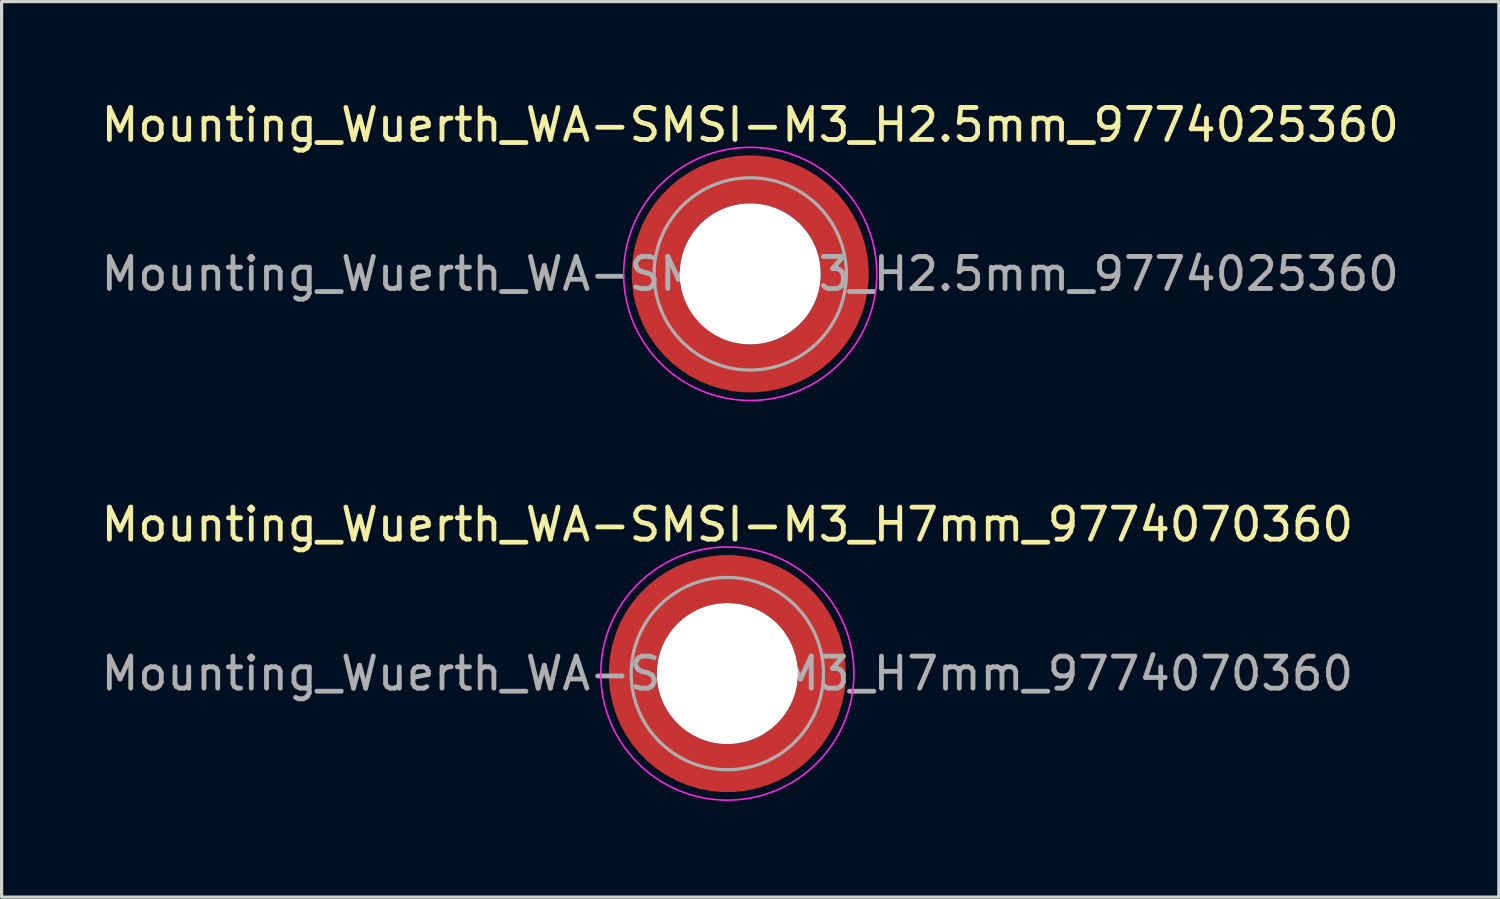
<source format=kicad_pcb>
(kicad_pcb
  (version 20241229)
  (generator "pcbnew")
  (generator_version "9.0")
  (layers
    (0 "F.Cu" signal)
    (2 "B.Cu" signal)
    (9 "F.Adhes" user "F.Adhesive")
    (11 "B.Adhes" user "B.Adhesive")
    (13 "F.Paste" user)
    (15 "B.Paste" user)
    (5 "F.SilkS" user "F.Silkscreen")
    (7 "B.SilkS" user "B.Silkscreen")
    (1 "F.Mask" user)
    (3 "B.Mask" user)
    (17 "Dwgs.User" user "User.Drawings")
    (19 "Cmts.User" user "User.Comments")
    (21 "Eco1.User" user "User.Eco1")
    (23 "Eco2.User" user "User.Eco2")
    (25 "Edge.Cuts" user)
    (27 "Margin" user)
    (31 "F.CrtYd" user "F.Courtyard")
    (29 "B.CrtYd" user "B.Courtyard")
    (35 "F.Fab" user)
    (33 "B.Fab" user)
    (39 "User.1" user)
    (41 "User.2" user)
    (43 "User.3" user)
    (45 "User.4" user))
  (footprint "Mounting_Wuerth_WA-SMSI-M3_H7mm_9774070360"
    (layer "F.Cu")
    (at 19.649 17.971)
    (property "Reference" "Mounting_Wuerth_WA-SMSI-M3_H7mm_9774070360" (at 0 -4.65 0) (layer "F.SilkS") (effects (font (size 1 1) (thickness 0.15))))
    (property "Mouser Part no." "" (at 0 0 0) (layer "F.Fab") (effects (font (size 1.27 1.27) (thickness 0.15))))
    (property "Mouser link" "" (at 0 0 0) (layer "F.Fab") (effects (font (size 1.27 1.27) (thickness 0.15))))
    (attr smd)
    (fp_circle (center 0 0) (end 3.95 0) (stroke (width 0.05) (type solid)) (fill no) (layer "F.CrtYd"))
    (fp_circle (center 0 0) (end 3 0) (stroke (width 0.1) (type solid)) (fill no) (layer "F.Fab"))
    (fp_text user "${REFERENCE}" (at 0 0 0) (layer "F.Fab") (effects (font (size 1 1) (thickness 0.15))))
    (pad "" smd custom (at -2.058 -2.058) (size 0.7 0.7) (layers "F.Paste") (options (anchor circle)) (primitives (gr_arc (start -0.377294 1.707681) (mid 0.317579 0.318817) (end 1.705947 -0.377044) (width 0.2)) (gr_arc (start -0.478281 1.707681) (mid 0.246161 0.248814) (end 1.703965 -0.477765) (width 0.2)) (gr_arc (start -0.579192 1.707681) (mid 0.175492 0.178063) (end 1.704077 -0.578711) (width 0.2)) (gr_arc (start -0.680037 1.707681) (mid 0.105568 0.106564) (end 1.706284 -0.679858) (width 0.2)) (gr_arc (start -0.780822 1.707681) (mid 0.034627 0.036085) (end 1.705634 -0.780569) (width 0.2)) (gr_arc (start -0.881554 1.707681) (mid -0.035694 -0.035016) (end 1.706729 -0.881441) (width 0.2)) (gr_arc (start -0.982237 1.707681) (mid -0.107281 -0.10485) (end 1.704266 -0.981842) (width 0.2)) (gr_arc (start -1.082877 1.707681) (mid -0.178372 -0.175181) (end 1.703197 -1.082374) (width 0.2)) (gr_arc (start -1.183476 1.707681) (mid -0.248964 -0.246008) (end 1.703525 -1.183025) (width 0.2)) (gr_arc (start -1.28404 1.707681) (mid -0.319062 -0.317333) (end 1.70525 -1.283784) (width 0.2)) (gr_line (start 1.708 -0.377) (end 1.708 -1.284) (width 0.2)) (gr_line (start -0.377 1.708) (end -1.284 1.708) (width 0.2))))
    (pad "" smd custom (at -2.058 2.058) (size 0.7 0.7) (layers "F.Paste") (options (anchor circle)) (primitives (gr_arc (start 1.707681 0.377294) (mid 0.318817 -0.317579) (end -0.377044 -1.705947) (width 0.2)) (gr_arc (start 1.707681 0.478281) (mid 0.248814 -0.246161) (end -0.477765 -1.703965) (width 0.2)) (gr_arc (start 1.707681 0.579192) (mid 0.178063 -0.175492) (end -0.578711 -1.704077) (width 0.2)) (gr_arc (start 1.707681 0.680037) (mid 0.106564 -0.105568) (end -0.679858 -1.706284) (width 0.2)) (gr_arc (start 1.707681 0.780822) (mid 0.036085 -0.034627) (end -0.780569 -1.705634) (width 0.2)) (gr_arc (start 1.707681 0.881554) (mid -0.035016 0.035694) (end -0.881441 -1.706729) (width 0.2)) (gr_arc (start 1.707681 0.982237) (mid -0.10485 0.107281) (end -0.981842 -1.704266) (width 0.2)) (gr_arc (start 1.707681 1.082877) (mid -0.175181 0.178372) (end -1.082374 -1.703197) (width 0.2)) (gr_arc (start 1.707681 1.183476) (mid -0.246008 0.248964) (end -1.183025 -1.703525) (width 0.2)) (gr_arc (start 1.707681 1.28404) (mid -0.317333 0.319062) (end -1.283784 -1.70525) (width 0.2)) (gr_line (start -0.377 -1.708) (end -1.284 -1.708) (width 0.2)) (gr_line (start 1.708 0.377) (end 1.708 1.284) (width 0.2))))
    (pad "" np_thru_hole circle (at 0 0) (size 4.4 4.4) (drill 4.4) (layers "*.Cu" "*.Mask"))
    (pad "" smd custom (at 2.058 -2.058) (size 0.7 0.7) (layers "F.Paste") (options (anchor circle)) (primitives (gr_arc (start -1.707681 -0.377294) (mid -0.318817 0.317579) (end 0.377044 1.705947) (width 0.2)) (gr_arc (start -1.707681 -0.478281) (mid -0.248814 0.246161) (end 0.477765 1.703965) (width 0.2)) (gr_arc (start -1.707681 -0.579192) (mid -0.178063 0.175492) (end 0.578711 1.704077) (width 0.2)) (gr_arc (start -1.707681 -0.680037) (mid -0.106564 0.105568) (end 0.679858 1.706284) (width 0.2)) (gr_arc (start -1.707681 -0.780822) (mid -0.036085 0.034627) (end 0.780569 1.705634) (width 0.2)) (gr_arc (start -1.707681 -0.881554) (mid 0.035016 -0.035694) (end 0.881441 1.706729) (width 0.2)) (gr_arc (start -1.707681 -0.982237) (mid 0.10485 -0.107281) (end 0.981842 1.704266) (width 0.2)) (gr_arc (start -1.707681 -1.082877) (mid 0.175181 -0.178372) (end 1.082374 1.703197) (width 0.2)) (gr_arc (start -1.707681 -1.183476) (mid 0.246008 -0.248964) (end 1.183025 1.703525) (width 0.2)) (gr_arc (start -1.707681 -1.28404) (mid 0.317333 -0.319062) (end 1.283784 1.70525) (width 0.2)) (gr_line (start 0.377 1.708) (end 1.284 1.708) (width 0.2)) (gr_line (start -1.708 -0.377) (end -1.708 -1.284) (width 0.2))))
    (pad "" smd custom (at 2.058 2.058) (size 0.7 0.7) (layers "F.Paste") (options (anchor circle)) (primitives (gr_arc (start 0.377294 -1.707681) (mid -0.317579 -0.318817) (end -1.705947 0.377044) (width 0.2)) (gr_arc (start 0.478281 -1.707681) (mid -0.246161 -0.248814) (end -1.703965 0.477765) (width 0.2)) (gr_arc (start 0.579192 -1.707681) (mid -0.175492 -0.178063) (end -1.704077 0.578711) (width 0.2)) (gr_arc (start 0.680037 -1.707681) (mid -0.105568 -0.106564) (end -1.706284 0.679858) (width 0.2)) (gr_arc (start 0.780822 -1.707681) (mid -0.034627 -0.036085) (end -1.705634 0.780569) (width 0.2)) (gr_arc (start 0.881554 -1.707681) (mid 0.035694 0.035016) (end -1.706729 0.881441) (width 0.2)) (gr_arc (start 0.982237 -1.707681) (mid 0.107281 0.10485) (end -1.704266 0.981842) (width 0.2)) (gr_arc (start 1.082877 -1.707681) (mid 0.178372 0.175181) (end -1.703197 1.082374) (width 0.2)) (gr_arc (start 1.183476 -1.707681) (mid 0.248964 0.246008) (end -1.703525 1.183025) (width 0.2)) (gr_arc (start 1.28404 -1.707681) (mid 0.319062 0.317333) (end -1.70525 1.283784) (width 0.2)) (gr_line (start -1.708 0.377) (end -1.708 1.284) (width 0.2)) (gr_line (start 0.377 -1.708) (end 1.284 -1.708) (width 0.2))))
    (pad "1" smd circle (at -2.95 0) (size 1.1 1.1) (layers "F.Cu"))
    (pad "1" smd circle (at 0 -2.95) (size 1.1 1.1) (layers "F.Cu"))
    (pad "1" smd circle (at 0 2.95) (size 1.1 1.1) (layers "F.Cu"))
    (pad "1" smd custom (at 2.95 0) (size 1.1 1.1) (layers "F.Cu" "F.Mask") (options (anchor circle)) (primitives (gr_circle (center -2.95 0) (end 0 0) (width 1.5) (fill no)))))
  (footprint "Mounting_Wuerth_WA-SMSI-M3_H2.5mm_9774025360"
    (layer "F.Cu")
    (at 20.363 5.498)
    (property "Reference" "Mounting_Wuerth_WA-SMSI-M3_H2.5mm_9774025360" (at 0 -4.65 0) (layer "F.SilkS") (effects (font (size 1 1) (thickness 0.15))))
    (property "Mouser Part no." "" (at 0 0 0) (layer "F.Fab") (effects (font (size 1.27 1.27) (thickness 0.15))))
    (property "Mouser link" "" (at 0 0 0) (layer "F.Fab") (effects (font (size 1.27 1.27) (thickness 0.15))))
    (attr smd)
    (fp_circle (center 0 0) (end 3.95 0) (stroke (width 0.05) (type solid)) (fill no) (layer "F.CrtYd"))
    (fp_circle (center 0 0) (end 3 0) (stroke (width 0.1) (type solid)) (fill no) (layer "F.Fab"))
    (fp_text user "${REFERENCE}" (at 0 0 0) (layer "F.Fab") (effects (font (size 1 1) (thickness 0.15))))
    (pad "" smd custom (at -2.058 -2.058) (size 0.7 0.7) (layers "F.Paste") (options (anchor circle)) (primitives (gr_arc (start -0.377294 1.707681) (mid 0.317579 0.318817) (end 1.705947 -0.377044) (width 0.2)) (gr_arc (start -0.478281 1.707681) (mid 0.246161 0.248814) (end 1.703965 -0.477765) (width 0.2)) (gr_arc (start -0.579192 1.707681) (mid 0.175492 0.178063) (end 1.704077 -0.578711) (width 0.2)) (gr_arc (start -0.680037 1.707681) (mid 0.105568 0.106564) (end 1.706284 -0.679858) (width 0.2)) (gr_arc (start -0.780822 1.707681) (mid 0.034627 0.036085) (end 1.705634 -0.780569) (width 0.2)) (gr_arc (start -0.881554 1.707681) (mid -0.035694 -0.035016) (end 1.706729 -0.881441) (width 0.2)) (gr_arc (start -0.982237 1.707681) (mid -0.107281 -0.10485) (end 1.704266 -0.981842) (width 0.2)) (gr_arc (start -1.082877 1.707681) (mid -0.178372 -0.175181) (end 1.703197 -1.082374) (width 0.2)) (gr_arc (start -1.183476 1.707681) (mid -0.248964 -0.246008) (end 1.703525 -1.183025) (width 0.2)) (gr_arc (start -1.28404 1.707681) (mid -0.319062 -0.317333) (end 1.70525 -1.283784) (width 0.2)) (gr_line (start 1.708 -0.377) (end 1.708 -1.284) (width 0.2)) (gr_line (start -0.377 1.708) (end -1.284 1.708) (width 0.2))))
    (pad "" smd custom (at -2.058 2.058) (size 0.7 0.7) (layers "F.Paste") (options (anchor circle)) (primitives (gr_arc (start 1.707681 0.377294) (mid 0.318817 -0.317579) (end -0.377044 -1.705947) (width 0.2)) (gr_arc (start 1.707681 0.478281) (mid 0.248814 -0.246161) (end -0.477765 -1.703965) (width 0.2)) (gr_arc (start 1.707681 0.579192) (mid 0.178063 -0.175492) (end -0.578711 -1.704077) (width 0.2)) (gr_arc (start 1.707681 0.680037) (mid 0.106564 -0.105568) (end -0.679858 -1.706284) (width 0.2)) (gr_arc (start 1.707681 0.780822) (mid 0.036085 -0.034627) (end -0.780569 -1.705634) (width 0.2)) (gr_arc (start 1.707681 0.881554) (mid -0.035016 0.035694) (end -0.881441 -1.706729) (width 0.2)) (gr_arc (start 1.707681 0.982237) (mid -0.10485 0.107281) (end -0.981842 -1.704266) (width 0.2)) (gr_arc (start 1.707681 1.082877) (mid -0.175181 0.178372) (end -1.082374 -1.703197) (width 0.2)) (gr_arc (start 1.707681 1.183476) (mid -0.246008 0.248964) (end -1.183025 -1.703525) (width 0.2)) (gr_arc (start 1.707681 1.28404) (mid -0.317333 0.319062) (end -1.283784 -1.70525) (width 0.2)) (gr_line (start -0.377 -1.708) (end -1.284 -1.708) (width 0.2)) (gr_line (start 1.708 0.377) (end 1.708 1.284) (width 0.2))))
    (pad "" np_thru_hole circle (at 0 0) (size 4.4 4.4) (drill 4.4) (layers "*.Cu" "*.Mask"))
    (pad "" smd custom (at 2.058 -2.058) (size 0.7 0.7) (layers "F.Paste") (options (anchor circle)) (primitives (gr_arc (start -1.707681 -0.377294) (mid -0.318817 0.317579) (end 0.377044 1.705947) (width 0.2)) (gr_arc (start -1.707681 -0.478281) (mid -0.248814 0.246161) (end 0.477765 1.703965) (width 0.2)) (gr_arc (start -1.707681 -0.579192) (mid -0.178063 0.175492) (end 0.578711 1.704077) (width 0.2)) (gr_arc (start -1.707681 -0.680037) (mid -0.106564 0.105568) (end 0.679858 1.706284) (width 0.2)) (gr_arc (start -1.707681 -0.780822) (mid -0.036085 0.034627) (end 0.780569 1.705634) (width 0.2)) (gr_arc (start -1.707681 -0.881554) (mid 0.035016 -0.035694) (end 0.881441 1.706729) (width 0.2)) (gr_arc (start -1.707681 -0.982237) (mid 0.10485 -0.107281) (end 0.981842 1.704266) (width 0.2)) (gr_arc (start -1.707681 -1.082877) (mid 0.175181 -0.178372) (end 1.082374 1.703197) (width 0.2)) (gr_arc (start -1.707681 -1.183476) (mid 0.246008 -0.248964) (end 1.183025 1.703525) (width 0.2)) (gr_arc (start -1.707681 -1.28404) (mid 0.317333 -0.319062) (end 1.283784 1.70525) (width 0.2)) (gr_line (start 0.377 1.708) (end 1.284 1.708) (width 0.2)) (gr_line (start -1.708 -0.377) (end -1.708 -1.284) (width 0.2))))
    (pad "" smd custom (at 2.058 2.058) (size 0.7 0.7) (layers "F.Paste") (options (anchor circle)) (primitives (gr_arc (start 0.377294 -1.707681) (mid -0.317579 -0.318817) (end -1.705947 0.377044) (width 0.2)) (gr_arc (start 0.478281 -1.707681) (mid -0.246161 -0.248814) (end -1.703965 0.477765) (width 0.2)) (gr_arc (start 0.579192 -1.707681) (mid -0.175492 -0.178063) (end -1.704077 0.578711) (width 0.2)) (gr_arc (start 0.680037 -1.707681) (mid -0.105568 -0.106564) (end -1.706284 0.679858) (width 0.2)) (gr_arc (start 0.780822 -1.707681) (mid -0.034627 -0.036085) (end -1.705634 0.780569) (width 0.2)) (gr_arc (start 0.881554 -1.707681) (mid 0.035694 0.035016) (end -1.706729 0.881441) (width 0.2)) (gr_arc (start 0.982237 -1.707681) (mid 0.107281 0.10485) (end -1.704266 0.981842) (width 0.2)) (gr_arc (start 1.082877 -1.707681) (mid 0.178372 0.175181) (end -1.703197 1.082374) (width 0.2)) (gr_arc (start 1.183476 -1.707681) (mid 0.248964 0.246008) (end -1.703525 1.183025) (width 0.2)) (gr_arc (start 1.28404 -1.707681) (mid 0.319062 0.317333) (end -1.70525 1.283784) (width 0.2)) (gr_line (start -1.708 0.377) (end -1.708 1.284) (width 0.2)) (gr_line (start 0.377 -1.708) (end 1.284 -1.708) (width 0.2))))
    (pad "1" smd circle (at -2.95 0) (size 1.1 1.1) (layers "F.Cu"))
    (pad "1" smd circle (at 0 -2.95) (size 1.1 1.1) (layers "F.Cu"))
    (pad "1" smd circle (at 0 2.95) (size 1.1 1.1) (layers "F.Cu"))
    (pad "1" smd custom (at 2.95 0) (size 1.1 1.1) (layers "F.Cu" "F.Mask") (options (anchor circle)) (primitives (gr_circle (center -2.95 0) (end 0 0) (width 1.5) (fill no)))))
  (gr_rect
    (start -3 -3)
    (end 43.726 24.947)
    (stroke (width 0.1) (type default))
    (fill no)
    (layer "Edge.Cuts")))
</source>
